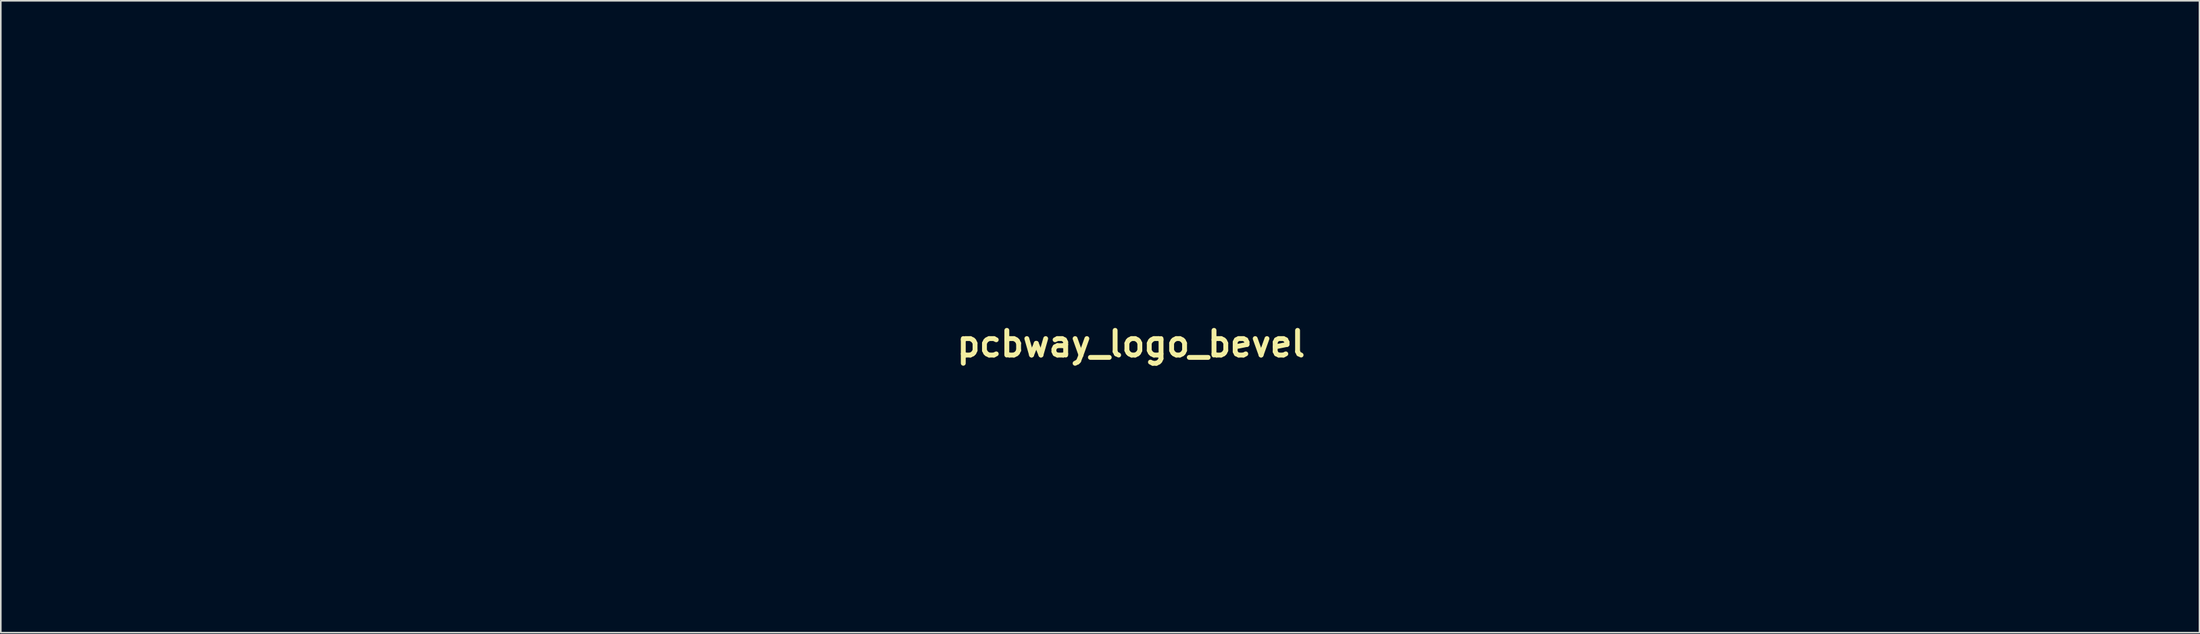
<source format=kicad_pcb>
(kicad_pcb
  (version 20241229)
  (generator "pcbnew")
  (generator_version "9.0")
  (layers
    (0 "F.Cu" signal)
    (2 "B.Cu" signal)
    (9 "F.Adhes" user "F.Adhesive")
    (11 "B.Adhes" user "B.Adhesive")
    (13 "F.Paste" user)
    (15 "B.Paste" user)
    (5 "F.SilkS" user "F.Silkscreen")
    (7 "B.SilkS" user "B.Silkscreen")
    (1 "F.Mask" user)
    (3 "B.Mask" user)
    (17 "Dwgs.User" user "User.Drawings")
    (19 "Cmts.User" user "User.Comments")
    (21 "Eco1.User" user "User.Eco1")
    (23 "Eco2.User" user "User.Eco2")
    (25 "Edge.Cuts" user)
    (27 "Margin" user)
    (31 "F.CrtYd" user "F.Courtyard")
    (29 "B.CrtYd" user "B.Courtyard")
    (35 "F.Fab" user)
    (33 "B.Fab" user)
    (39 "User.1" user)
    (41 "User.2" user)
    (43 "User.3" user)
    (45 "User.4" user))
  (footprint "pcbway_logo_bevel"
    (layer "F.Cu")
    (at 66.68 18.173)
    (property "Reference" "pcbway_logo_bevel" (at 0 0 0) (layer "F.SilkS") (effects (font (size 1.524 1.524) (thickness 0.3))))
    (attr through_hole)
    (fp_poly (pts (xy 59.972 11.818) (xy 59.796 11.994) (xy 59.619 11.818) (xy 59.796 11.642) (xy 59.972 11.818)) (stroke (width 0.01) (type solid)) (fill yes) (layer "F.Mask"))
    (fp_poly (pts (xy -6.071 -7.85) (xy -5.799 -7.594) (xy -6.026 -7.198) (xy -6.661 -6.796) (xy -7.41 -6.726) (xy -7.906 -7.004) (xy -7.788 -7.342) (xy -7.248 -7.674) (xy -6.559 -7.874) (xy -6.071 -7.85)) (stroke (width 0.01) (type solid)) (fill yes) (layer "F.Mask"))
    (fp_poly (pts (xy 62.604 -11.178) (xy 62.78 -10.959) (xy 62.868 -10.306) (xy 62.687 -9.241) (xy 62.577 -8.853) (xy 62.263 -7.83) (xy 61.814 -6.355) (xy 61.299 -4.652) (xy 60.935 -3.442) (xy 60.416 -1.84) (xy 59.94 -0.6) (xy 59.555 0.162) (xy 59.355 0.35) (xy 58.983 0.063) (xy 58.917 -0.265) (xy 59.018 -0.786) (xy 59.29 -1.815) (xy 59.688 -3.209) (xy 60.168 -4.825) (xy 60.687 -6.519) (xy 61.2 -8.148) (xy 61.663 -9.568) (xy 62.032 -10.637) (xy 62.263 -11.21) (xy 62.297 -11.262) (xy 62.604 -11.178)) (stroke (width 0.01) (type solid)) (fill yes) (layer "F.Mask"))
    (fp_poly (pts (xy -49.261 -4.328) (xy -49.618 -3.873) (xy -50.119 -3.467) (xy -51.21 -2.757) (xy -52.354 -2.269) (xy -53.712 -1.964) (xy -55.447 -1.808) (xy -57.721 -1.764) (xy -57.732 -1.764) (xy -59.524 -1.781) (xy -60.715 -1.84) (xy -61.407 -1.954) (xy -61.704 -2.136) (xy -61.736 -2.257) (xy -61.588 -2.477) (xy -61.081 -2.638) (xy -60.118 -2.757) (xy -58.603 -2.845) (xy -57.415 -2.889) (xy -55.423 -2.975) (xy -53.964 -3.102) (xy -52.861 -3.298) (xy -51.943 -3.588) (xy -51.391 -3.828) (xy -50.199 -4.32) (xy -49.472 -4.482) (xy -49.261 -4.328)) (stroke (width 0.01) (type solid)) (fill yes) (layer "F.Mask"))
    (fp_poly (pts (xy 43.107 -2.112) (xy 43.318 -2.021) (xy 43.557 -1.488) (xy 43.677 -0.525) (xy 43.685 0.639) (xy 43.59 1.78) (xy 43.401 2.672) (xy 43.127 3.088) (xy 42.707 3.047) (xy 42.656 2.94) (xy 42.649 2.446) (xy 42.664 1.493) (xy 42.684 0.742) (xy 42.742 -1.163) (xy 40.747 -0.957) (xy 39.469 -0.742) (xy 38.36 -0.415) (xy 37.896 -0.191) (xy 37.292 0.164) (xy 37.071 0.079) (xy 37.042 -0.332) (xy 37.326 -1.052) (xy 37.728 -1.401) (xy 38.588 -1.71) (xy 39.783 -1.961) (xy 41.087 -2.128) (xy 42.27 -2.187) (xy 43.107 -2.112)) (stroke (width 0.01) (type solid)) (fill yes) (layer "F.Mask"))
    (fp_poly (pts (xy -13.107 -14.029) (xy -11.971 -13.81) (xy -11.687 -13.721) (xy -10.683 -13.185) (xy -10.113 -12.343) (xy -9.89 -11.04) (xy -9.878 -10.501) (xy -10.009 -9.36) (xy -10.345 -8.522) (xy -10.796 -8.104) (xy -11.273 -8.221) (xy -11.45 -8.442) (xy -11.406 -8.895) (xy -11.295 -8.992) (xy -10.989 -9.541) (xy -10.949 -10.437) (xy -11.148 -11.387) (xy -11.559 -12.096) (xy -11.581 -12.116) (xy -12.404 -12.545) (xy -13.301 -12.7) (xy -14.727 -12.792) (xy -15.838 -13.04) (xy -16.482 -13.4) (xy -16.581 -13.626) (xy -16.265 -13.911) (xy -15.451 -14.076) (xy -14.332 -14.117) (xy -13.107 -14.029)) (stroke (width 0.01) (type solid)) (fill yes) (layer "F.Mask"))
    (fp_poly (pts (xy -56.117 -13.995) (xy -54.296 -13.621) (xy -53.024 -12.95) (xy -52.243 -11.945) (xy -51.892 -10.567) (xy -51.858 -9.838) (xy -51.977 -8.775) (xy -52.278 -7.813) (xy -52.678 -7.105) (xy -53.094 -6.803) (xy -53.406 -6.991) (xy -53.456 -7.594) (xy -53.286 -8.083) (xy -52.944 -9.346) (xy -53.072 -10.706) (xy -53.456 -11.549) (xy -54.376 -12.302) (xy -55.909 -12.793) (xy -58.074 -13.028) (xy -59.178 -13.051) (xy -60.548 -13.081) (xy -61.341 -13.188) (xy -61.689 -13.397) (xy -61.736 -13.582) (xy -61.613 -13.84) (xy -61.162 -14) (xy -60.264 -14.084) (xy -58.797 -14.111) (xy -58.55 -14.111) (xy -56.117 -13.995)) (stroke (width 0.01) (type solid)) (fill yes) (layer "F.Mask"))
    (fp_poly (pts (xy 11.939 -17.507) (xy 12.055 -17.069) (xy 12.022 -16.26) (xy 11.832 -15.015) (xy 11.473 -13.271) (xy 10.938 -10.962) (xy 10.396 -8.745) (xy 9.837 -6.506) (xy 9.332 -4.507) (xy 8.904 -2.847) (xy 8.581 -1.624) (xy 8.387 -0.935) (xy 8.345 -0.819) (xy 8.042 -0.899) (xy 7.996 -0.941) (xy 7.799 -1.452) (xy 7.753 -1.911) (xy 7.831 -2.493) (xy 8.052 -3.596) (xy 8.387 -5.101) (xy 8.807 -6.893) (xy 9.282 -8.854) (xy 9.783 -10.866) (xy 10.28 -12.813) (xy 10.746 -14.578) (xy 11.149 -16.043) (xy 11.461 -17.091) (xy 11.653 -17.606) (xy 11.684 -17.639) (xy 11.939 -17.507)) (stroke (width 0.01) (type solid)) (fill yes) (layer "F.Mask"))
    (fp_poly (pts (xy -12.182 -4.194) (xy -10.998 -4.062) (xy -10.133 -3.804) (xy -9.632 -3.543) (xy -8.653 -2.555) (xy -8.182 -1.155) (xy -8.257 0.546) (xy -8.285 0.681) (xy -8.629 1.489) (xy -9.167 2.105) (xy -9.713 2.358) (xy -9.97 2.259) (xy -9.956 1.853) (xy -9.674 1.111) (xy -9.636 1.034) (xy -9.306 -0.211) (xy -9.463 -1.421) (xy -10.062 -2.353) (xy -10.347 -2.559) (xy -11.059 -2.791) (xy -12.241 -3.003) (xy -13.66 -3.156) (xy -13.907 -3.174) (xy -15.5 -3.33) (xy -16.503 -3.554) (xy -16.847 -3.792) (xy -16.732 -4.015) (xy -16.152 -4.153) (xy -15.017 -4.22) (xy -13.876 -4.232) (xy -12.182 -4.194)) (stroke (width 0.01) (type solid)) (fill yes) (layer "F.Mask"))
    (fp_poly (pts (xy -66.162 -16.946) (xy -66.146 -16.933) (xy -65.999 -16.725) (xy -65.881 -16.323) (xy -65.789 -15.659) (xy -65.721 -14.66) (xy -65.672 -13.258) (xy -65.641 -11.382) (xy -65.624 -8.961) (xy -65.617 -5.927) (xy -65.617 -4.896) (xy -65.617 6.703) (xy -64.117 6.714) (xy -63.003 6.841) (xy -62.094 7.143) (xy -61.933 7.243) (xy -61.652 7.503) (xy -61.726 7.658) (xy -62.257 7.735) (xy -63.349 7.76) (xy -63.962 7.761) (xy -66.675 7.761) (xy -66.675 -4.806) (xy -66.672 -8.132) (xy -66.663 -10.815) (xy -66.643 -12.92) (xy -66.61 -14.51) (xy -66.563 -15.648) (xy -66.497 -16.397) (xy -66.41 -16.82) (xy -66.299 -16.982) (xy -66.162 -16.946)) (stroke (width 0.01) (type solid)) (fill yes) (layer "F.Mask"))
    (fp_poly (pts (xy 25.856 -17.407) (xy 26.006 -17.23) (xy 26.034 -17.196) (xy 26.156 -16.891) (xy 26.175 -16.327) (xy 26.08 -15.421) (xy 25.858 -14.093) (xy 25.498 -12.258) (xy 24.987 -9.836) (xy 24.873 -9.307) (xy 24.384 -7.082) (xy 23.925 -5.059) (xy 23.525 -3.351) (xy 23.208 -2.072) (xy 23.002 -1.336) (xy 22.965 -1.235) (xy 22.704 -0.745) (xy 22.512 -0.891) (xy 22.388 -1.181) (xy 22.372 -1.747) (xy 22.507 -2.913) (xy 22.779 -4.593) (xy 23.175 -6.702) (xy 23.623 -8.881) (xy 24.2 -11.595) (xy 24.65 -13.691) (xy 24.994 -15.244) (xy 25.252 -16.326) (xy 25.446 -17.011) (xy 25.598 -17.37) (xy 25.727 -17.478) (xy 25.856 -17.407)) (stroke (width 0.01) (type solid)) (fill yes) (layer "F.Mask"))
    (fp_poly (pts (xy 32.569 -10.969) (xy 32.808 -10.76) (xy 33.379 -9.824) (xy 33.514 -8.976) (xy 33.514 -7.83) (xy 35.157 -8.325) (xy 37.287 -8.773) (xy 39.273 -8.834) (xy 41.015 -8.54) (xy 42.408 -7.922) (xy 43.351 -7.012) (xy 43.74 -5.841) (xy 43.744 -5.688) (xy 43.601 -4.947) (xy 43.244 -4.824) (xy 42.785 -5.309) (xy 42.547 -5.786) (xy 42.051 -6.649) (xy 41.311 -7.16) (xy 40.517 -7.422) (xy 38.681 -7.652) (xy 36.603 -7.496) (xy 34.609 -6.983) (xy 34.294 -6.859) (xy 33.229 -6.455) (xy 32.58 -6.397) (xy 32.244 -6.781) (xy 32.12 -7.701) (xy 32.103 -8.874) (xy 32.111 -10.173) (xy 32.163 -10.879) (xy 32.302 -11.107) (xy 32.569 -10.969)) (stroke (width 0.01) (type solid)) (fill yes) (layer "F.Mask"))
    (fp_poly (pts (xy -31.981 -13.584) (xy -29.826 -12.935) (xy -27.885 -11.849) (xy -27.647 -11.669) (xy -27.014 -11.216) (xy -26.611 -11.204) (xy -26.117 -11.63) (xy -26.085 -11.663) (xy -25.362 -12.179) (xy -24.799 -12.347) (xy -24.585 -12.203) (xy -24.855 -11.73) (xy -25.576 -10.936) (xy -26.369 -10.163) (xy -26.966 -9.65) (xy -27.181 -9.525) (xy -27.555 -9.761) (xy -28.079 -10.281) (xy -29.262 -11.223) (xy -30.882 -12.01) (xy -32.671 -12.535) (xy -34.143 -12.697) (xy -36.321 -12.456) (xy -38.202 -11.667) (xy -39.423 -10.782) (xy -40.187 -10.262) (xy -40.555 -10.252) (xy -40.503 -10.667) (xy -40.008 -11.417) (xy -39.688 -11.784) (xy -38.202 -12.897) (xy -36.321 -13.567) (xy -34.196 -13.796) (xy -31.981 -13.584)) (stroke (width 0.01) (type solid)) (fill yes) (layer "F.Mask"))
    (fp_poly (pts (xy -2.031 -17.286) (xy -1.746 -16.923) (xy -1.453 -16.364) (xy -1.13 -15.534) (xy -0.754 -14.358) (xy -0.301 -12.762) (xy 0.251 -10.671) (xy 0.925 -8.011) (xy 1.382 -6.174) (xy 2.038 -3.526) (xy 2.655 -1.042) (xy 3.207 1.178) (xy 3.671 3.035) (xy 4.022 4.431) (xy 4.234 5.267) (xy 4.264 5.38) (xy 4.613 6.703) (xy 7.379 6.703) (xy 8.968 6.748) (xy 9.977 6.898) (xy 10.527 7.172) (xy 10.583 7.232) (xy 10.704 7.468) (xy 10.527 7.623) (xy 9.948 7.712) (xy 8.864 7.752) (xy 7.33 7.761) (xy 3.637 7.761) (xy 0.577 -4.322) (xy -0.144 -7.166) (xy -0.815 -9.822) (xy -1.418 -12.204) (xy -1.929 -14.229) (xy -2.328 -15.812) (xy -2.593 -16.867) (xy -2.698 -17.286) (xy -2.912 -18.168) (xy -2.031 -17.286)) (stroke (width 0.01) (type solid)) (fill yes) (layer "F.Mask"))
    (fp_poly (pts (xy 14.905 -8.403) (xy 15.179 -8.314) (xy 15.431 -8.074) (xy 15.69 -7.599) (xy 15.988 -6.805) (xy 16.355 -5.606) (xy 16.82 -3.919) (xy 17.415 -1.658) (xy 17.639 -0.795) (xy 19.579 6.699) (xy 22.27 6.701) (xy 23.846 6.751) (xy 24.841 6.911) (xy 25.373 7.201) (xy 25.4 7.232) (xy 25.523 7.471) (xy 25.344 7.626) (xy 24.758 7.714) (xy 23.661 7.753) (xy 22.257 7.761) (xy 20.438 7.729) (xy 19.255 7.629) (xy 18.64 7.451) (xy 18.52 7.32) (xy 18.388 6.858) (xy 18.112 5.821) (xy 17.718 4.319) (xy 17.236 2.461) (xy 16.695 0.357) (xy 16.558 -0.176) (xy 15.999 -2.317) (xy 15.479 -4.229) (xy 15.029 -5.805) (xy 14.679 -6.938) (xy 14.461 -7.521) (xy 14.431 -7.567) (xy 14.12 -8.129) (xy 14.435 -8.409) (xy 14.905 -8.403)) (stroke (width 0.01) (type solid)) (fill yes) (layer "F.Mask"))
    (fp_poly (pts (xy -22.428 -17.306) (xy -22.401 -17.286) (xy -22.255 -17.079) (xy -22.138 -16.68) (xy -22.047 -16.02) (xy -21.978 -15.029) (xy -21.93 -13.636) (xy -21.898 -11.774) (xy -21.88 -9.371) (xy -21.873 -6.359) (xy -21.872 -5.039) (xy -21.872 6.769) (xy -15.258 6.648) (xy -12.935 6.602) (xy -11.199 6.55) (xy -9.929 6.478) (xy -9.006 6.369) (xy -8.31 6.208) (xy -7.721 5.98) (xy -7.121 5.667) (xy -6.923 5.556) (xy -5.874 5.016) (xy -5.013 4.664) (xy -4.663 4.586) (xy -4.413 4.755) (xy -4.659 5.191) (xy -5.298 5.791) (xy -6.227 6.449) (xy -6.879 6.829) (xy -7.41 7.086) (xy -7.986 7.28) (xy -8.716 7.423) (xy -9.707 7.525) (xy -11.067 7.597) (xy -12.906 7.65) (xy -15.332 7.694) (xy -15.61 7.698) (xy -22.931 7.812) (xy -22.931 -4.957) (xy -22.928 -8.312) (xy -22.918 -11.025) (xy -22.899 -13.158) (xy -22.867 -14.774) (xy -22.82 -15.936) (xy -22.756 -16.708) (xy -22.671 -17.151) (xy -22.562 -17.33) (xy -22.428 -17.306)) (stroke (width 0.01) (type solid)) (fill yes) (layer "F.Mask"))
    (fp_poly (pts (xy 49.138 -11.066) (xy 49.157 -11.051) (xy 49.521 -10.613) (xy 50.005 -9.736) (xy 50.63 -8.372) (xy 51.417 -6.471) (xy 52.387 -3.984) (xy 53.232 -1.75) (xy 56.482 6.928) (xy 55.786 8.844) (xy 55.347 10.144) (xy 54.986 11.374) (xy 54.852 11.931) (xy 54.551 12.769) (xy 54.136 12.919) (xy 53.807 12.962) (xy 53.848 13.232) (xy 54.29 13.556) (xy 55.349 13.759) (xy 56.36 13.831) (xy 57.77 13.96) (xy 58.618 14.187) (xy 58.827 14.376) (xy 58.713 14.596) (xy 58.138 14.734) (xy 57.013 14.803) (xy 55.768 14.817) (xy 54.123 14.786) (xy 53.102 14.686) (xy 52.625 14.506) (xy 52.566 14.376) (xy 52.723 13.778) (xy 53.1 12.929) (xy 53.128 12.876) (xy 53.569 11.896) (xy 53.834 11.047) (xy 54.06 10.251) (xy 54.453 9.168) (xy 54.622 8.754) (xy 55.263 7.232) (xy 51.805 -1.94) (xy 50.904 -4.341) (xy 50.089 -6.527) (xy 49.394 -8.411) (xy 48.849 -9.906) (xy 48.488 -10.926) (xy 48.341 -11.382) (xy 48.339 -11.394) (xy 48.57 -11.412) (xy 49.138 -11.066)) (stroke (width 0.01) (type solid)) (fill yes) (layer "F.Mask"))
    (fp_poly (pts (xy -42.77 -13.96) (xy -42.823 -13.571) (xy -43.15 -12.718) (xy -43.686 -11.557) (xy -43.943 -11.046) (xy -44.633 -9.653) (xy -45.046 -8.588) (xy -45.254 -7.562) (xy -45.325 -6.289) (xy -45.332 -5.32) (xy -45.297 -3.685) (xy -45.158 -2.484) (xy -44.862 -1.446) (xy -44.355 -0.304) (xy -44.342 -0.277) (xy -42.853 2.014) (xy -40.935 3.807) (xy -38.679 5.082) (xy -36.179 5.817) (xy -33.525 5.989) (xy -30.811 5.577) (xy -28.128 4.558) (xy -26.897 3.859) (xy -25.743 3.197) (xy -24.955 2.878) (xy -24.598 2.9) (xy -24.736 3.258) (xy -25.4 3.922) (xy -27.149 5.263) (xy -28.873 6.156) (xy -30.791 6.68) (xy -33.122 6.916) (xy -33.69 6.936) (xy -35.296 6.95) (xy -36.719 6.906) (xy -37.757 6.815) (xy -38.1 6.745) (xy -40.567 5.605) (xy -42.764 3.945) (xy -44.551 1.896) (xy -45.787 -0.412) (xy -45.809 -0.472) (xy -46.391 -2.811) (xy -46.558 -5.41) (xy -46.3 -7.954) (xy -46.036 -9.02) (xy -45.639 -10.016) (xy -45.053 -11.143) (xy -44.376 -12.253) (xy -43.708 -13.194) (xy -43.146 -13.818) (xy -42.791 -13.976) (xy -42.77 -13.96)) (stroke (width 0.01) (type solid)) (fill yes) (layer "F.Mask"))
    (fp_poly (pts (xy 32.592 -1.704) (xy 32.357 -0.778) (xy 32.287 -0.603) (xy 31.808 1.347) (xy 31.981 3.216) (xy 32.771 4.885) (xy 34.145 6.235) (xy 34.219 6.286) (xy 35.726 6.906) (xy 37.503 7.021) (xy 39.342 6.643) (xy 40.883 5.889) (xy 42.213 5.15) (xy 43.141 4.953) (xy 43.649 5.299) (xy 43.744 5.821) (xy 43.791 6.313) (xy 44.04 6.577) (xy 44.661 6.683) (xy 45.818 6.703) (xy 47.311 6.798) (xy 48.176 7.092) (xy 48.331 7.232) (xy 48.464 7.487) (xy 48.274 7.645) (xy 47.65 7.728) (xy 46.482 7.759) (xy 45.728 7.761) (xy 44.263 7.753) (xy 43.365 7.703) (xy 42.896 7.57) (xy 42.716 7.314) (xy 42.686 6.895) (xy 42.686 6.874) (xy 42.686 5.987) (xy 41.363 6.857) (xy 40.23 7.445) (xy 38.818 7.972) (xy 37.438 8.337) (xy 36.513 8.443) (xy 35.978 8.327) (xy 35.083 8.05) (xy 34.803 7.952) (xy 32.949 6.937) (xy 31.518 5.414) (xy 31.15 4.796) (xy 30.813 3.614) (xy 30.733 2.07) (xy 30.889 0.453) (xy 31.265 -0.95) (xy 31.554 -1.517) (xy 32.122 -2.159) (xy 32.491 -2.193) (xy 32.592 -1.704)) (stroke (width 0.01) (type solid)) (fill yes) (layer "F.Mask")))
  (gr_rect
    (start -3 -3)
    (end 132.553 35.995)
    (stroke (width 0.1) (type default))
    (fill no)
    (layer "Edge.Cuts")))
</source>
